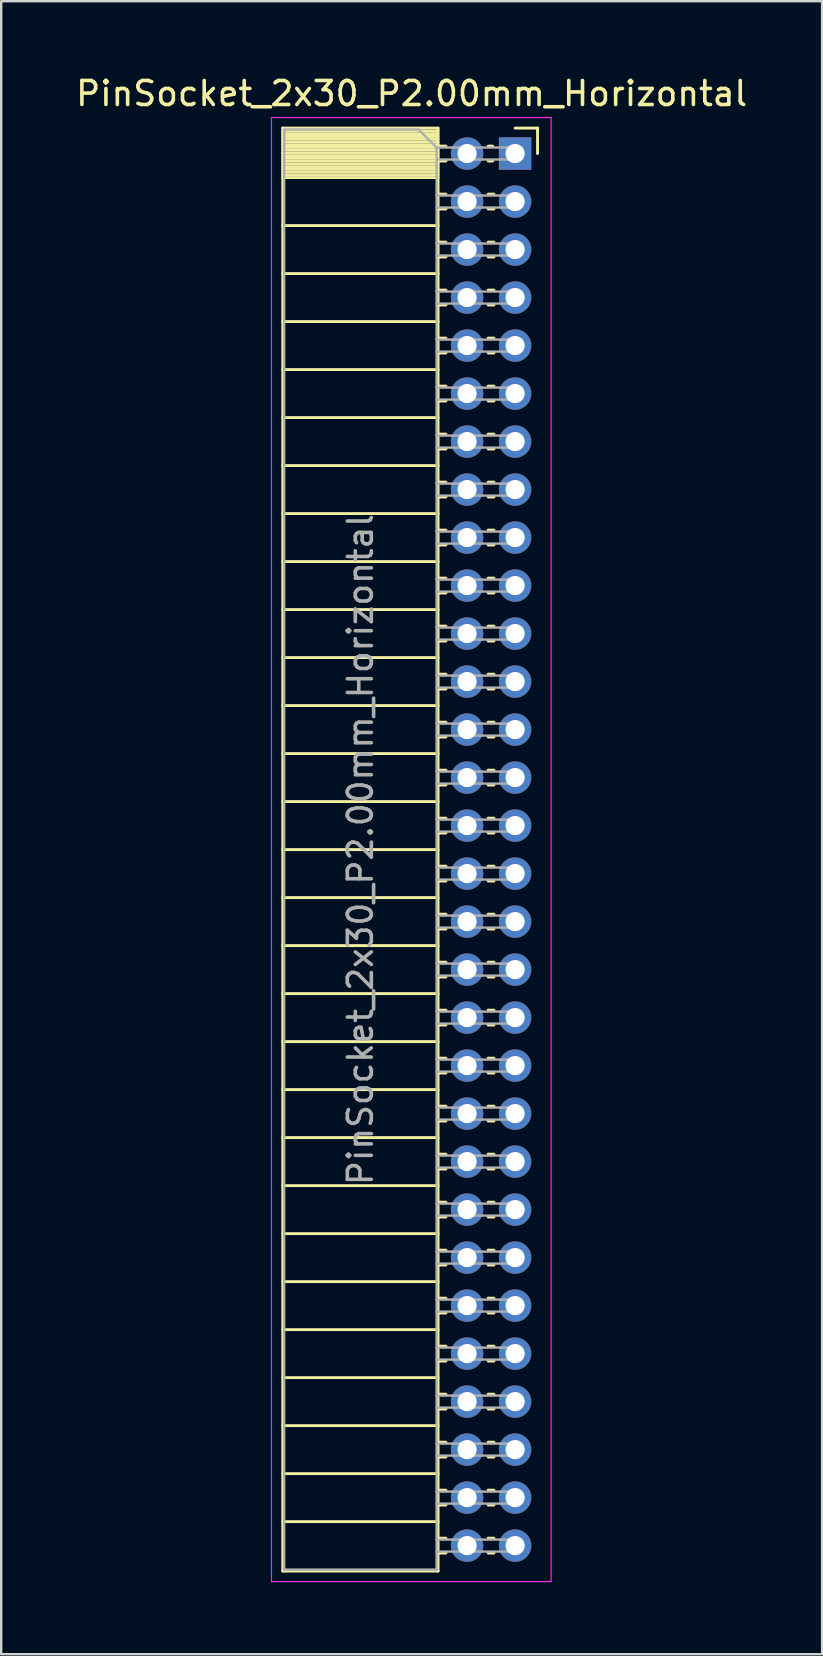
<source format=kicad_pcb>
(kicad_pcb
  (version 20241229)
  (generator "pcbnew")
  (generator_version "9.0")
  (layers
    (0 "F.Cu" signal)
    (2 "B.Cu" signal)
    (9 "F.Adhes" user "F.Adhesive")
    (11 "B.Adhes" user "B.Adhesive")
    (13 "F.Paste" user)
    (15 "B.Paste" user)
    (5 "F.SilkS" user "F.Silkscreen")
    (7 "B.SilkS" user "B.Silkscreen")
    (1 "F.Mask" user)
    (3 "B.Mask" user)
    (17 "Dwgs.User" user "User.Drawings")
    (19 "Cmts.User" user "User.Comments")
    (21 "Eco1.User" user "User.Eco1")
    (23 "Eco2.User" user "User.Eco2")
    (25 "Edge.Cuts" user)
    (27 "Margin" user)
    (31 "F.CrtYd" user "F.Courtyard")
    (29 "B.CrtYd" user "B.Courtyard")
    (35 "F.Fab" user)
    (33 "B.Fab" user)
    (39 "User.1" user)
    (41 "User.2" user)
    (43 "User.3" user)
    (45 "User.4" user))
  (footprint "PinSocket_2x30_P2.00mm_Horizontal"
    (layer "F.Cu")
    (at 18.411 3.348)
    (property "Reference" "PinSocket_2x30_P2.00mm_Horizontal" (at -4.31 -2.5 0) (layer "F.SilkS") (effects (font (size 1 1) (thickness 0.15))))
    (attr through_hole)
    (fp_line (start -9.68 -1.06) (end -9.68 59.06) (stroke (width 0.12) (type solid)) (layer "F.SilkS"))
    (fp_line (start -9.68 -1.06) (end -3.21 -1.06) (stroke (width 0.12) (type solid)) (layer "F.SilkS"))
    (fp_line (start -9.68 -0.94) (end -3.21 -0.94) (stroke (width 0.12) (type solid)) (layer "F.SilkS"))
    (fp_line (start -9.68 -0.826) (end -3.21 -0.826) (stroke (width 0.12) (type solid)) (layer "F.SilkS"))
    (fp_line (start -9.68 -0.712) (end -3.21 -0.712) (stroke (width 0.12) (type solid)) (layer "F.SilkS"))
    (fp_line (start -9.68 -0.598) (end -3.21 -0.598) (stroke (width 0.12) (type solid)) (layer "F.SilkS"))
    (fp_line (start -9.68 -0.484) (end -3.21 -0.484) (stroke (width 0.12) (type solid)) (layer "F.SilkS"))
    (fp_line (start -9.68 -0.369) (end -3.21 -0.369) (stroke (width 0.12) (type solid)) (layer "F.SilkS"))
    (fp_line (start -9.68 -0.255) (end -3.21 -0.255) (stroke (width 0.12) (type solid)) (layer "F.SilkS"))
    (fp_line (start -9.68 -0.141) (end -3.21 -0.141) (stroke (width 0.12) (type solid)) (layer "F.SilkS"))
    (fp_line (start -9.68 -0.027) (end -3.21 -0.027) (stroke (width 0.12) (type solid)) (layer "F.SilkS"))
    (fp_line (start -9.68 0.087) (end -3.21 0.087) (stroke (width 0.12) (type solid)) (layer "F.SilkS"))
    (fp_line (start -9.68 0.201) (end -3.21 0.201) (stroke (width 0.12) (type solid)) (layer "F.SilkS"))
    (fp_line (start -9.68 0.315) (end -3.21 0.315) (stroke (width 0.12) (type solid)) (layer "F.SilkS"))
    (fp_line (start -9.68 0.429) (end -3.21 0.429) (stroke (width 0.12) (type solid)) (layer "F.SilkS"))
    (fp_line (start -9.68 0.544) (end -3.21 0.544) (stroke (width 0.12) (type solid)) (layer "F.SilkS"))
    (fp_line (start -9.68 0.658) (end -3.21 0.658) (stroke (width 0.12) (type solid)) (layer "F.SilkS"))
    (fp_line (start -9.68 0.772) (end -3.21 0.772) (stroke (width 0.12) (type solid)) (layer "F.SilkS"))
    (fp_line (start -9.68 0.886) (end -3.21 0.886) (stroke (width 0.12) (type solid)) (layer "F.SilkS"))
    (fp_line (start -9.68 1) (end -3.21 1) (stroke (width 0.12) (type solid)) (layer "F.SilkS"))
    (fp_line (start -9.68 3) (end -3.21 3) (stroke (width 0.12) (type solid)) (layer "F.SilkS"))
    (fp_line (start -9.68 5) (end -3.21 5) (stroke (width 0.12) (type solid)) (layer "F.SilkS"))
    (fp_line (start -9.68 7) (end -3.21 7) (stroke (width 0.12) (type solid)) (layer "F.SilkS"))
    (fp_line (start -9.68 9) (end -3.21 9) (stroke (width 0.12) (type solid)) (layer "F.SilkS"))
    (fp_line (start -9.68 11) (end -3.21 11) (stroke (width 0.12) (type solid)) (layer "F.SilkS"))
    (fp_line (start -9.68 13) (end -3.21 13) (stroke (width 0.12) (type solid)) (layer "F.SilkS"))
    (fp_line (start -9.68 15) (end -3.21 15) (stroke (width 0.12) (type solid)) (layer "F.SilkS"))
    (fp_line (start -9.68 17) (end -3.21 17) (stroke (width 0.12) (type solid)) (layer "F.SilkS"))
    (fp_line (start -9.68 19) (end -3.21 19) (stroke (width 0.12) (type solid)) (layer "F.SilkS"))
    (fp_line (start -9.68 21) (end -3.21 21) (stroke (width 0.12) (type solid)) (layer "F.SilkS"))
    (fp_line (start -9.68 23) (end -3.21 23) (stroke (width 0.12) (type solid)) (layer "F.SilkS"))
    (fp_line (start -9.68 25) (end -3.21 25) (stroke (width 0.12) (type solid)) (layer "F.SilkS"))
    (fp_line (start -9.68 27) (end -3.21 27) (stroke (width 0.12) (type solid)) (layer "F.SilkS"))
    (fp_line (start -9.68 29) (end -3.21 29) (stroke (width 0.12) (type solid)) (layer "F.SilkS"))
    (fp_line (start -9.68 31) (end -3.21 31) (stroke (width 0.12) (type solid)) (layer "F.SilkS"))
    (fp_line (start -9.68 33) (end -3.21 33) (stroke (width 0.12) (type solid)) (layer "F.SilkS"))
    (fp_line (start -9.68 35) (end -3.21 35) (stroke (width 0.12) (type solid)) (layer "F.SilkS"))
    (fp_line (start -9.68 37) (end -3.21 37) (stroke (width 0.12) (type solid)) (layer "F.SilkS"))
    (fp_line (start -9.68 39) (end -3.21 39) (stroke (width 0.12) (type solid)) (layer "F.SilkS"))
    (fp_line (start -9.68 41) (end -3.21 41) (stroke (width 0.12) (type solid)) (layer "F.SilkS"))
    (fp_line (start -9.68 43) (end -3.21 43) (stroke (width 0.12) (type solid)) (layer "F.SilkS"))
    (fp_line (start -9.68 45) (end -3.21 45) (stroke (width 0.12) (type solid)) (layer "F.SilkS"))
    (fp_line (start -9.68 47) (end -3.21 47) (stroke (width 0.12) (type solid)) (layer "F.SilkS"))
    (fp_line (start -9.68 49) (end -3.21 49) (stroke (width 0.12) (type solid)) (layer "F.SilkS"))
    (fp_line (start -9.68 51) (end -3.21 51) (stroke (width 0.12) (type solid)) (layer "F.SilkS"))
    (fp_line (start -9.68 53) (end -3.21 53) (stroke (width 0.12) (type solid)) (layer "F.SilkS"))
    (fp_line (start -9.68 55) (end -3.21 55) (stroke (width 0.12) (type solid)) (layer "F.SilkS"))
    (fp_line (start -9.68 57) (end -3.21 57) (stroke (width 0.12) (type solid)) (layer "F.SilkS"))
    (fp_line (start -9.68 59.06) (end -3.21 59.06) (stroke (width 0.12) (type solid)) (layer "F.SilkS"))
    (fp_line (start -3.21 -1.06) (end -3.21 59.06) (stroke (width 0.12) (type solid)) (layer "F.SilkS"))
    (fp_line (start -3.21 -0.31) (end -2.882 -0.31) (stroke (width 0.12) (type solid)) (layer "F.SilkS"))
    (fp_line (start -3.21 0.31) (end -2.882 0.31) (stroke (width 0.12) (type solid)) (layer "F.SilkS"))
    (fp_line (start -3.21 1.69) (end -2.882 1.69) (stroke (width 0.12) (type solid)) (layer "F.SilkS"))
    (fp_line (start -3.21 2.31) (end -2.882 2.31) (stroke (width 0.12) (type solid)) (layer "F.SilkS"))
    (fp_line (start -3.21 3.69) (end -2.882 3.69) (stroke (width 0.12) (type solid)) (layer "F.SilkS"))
    (fp_line (start -3.21 4.31) (end -2.882 4.31) (stroke (width 0.12) (type solid)) (layer "F.SilkS"))
    (fp_line (start -3.21 5.69) (end -2.882 5.69) (stroke (width 0.12) (type solid)) (layer "F.SilkS"))
    (fp_line (start -3.21 6.31) (end -2.882 6.31) (stroke (width 0.12) (type solid)) (layer "F.SilkS"))
    (fp_line (start -3.21 7.69) (end -2.882 7.69) (stroke (width 0.12) (type solid)) (layer "F.SilkS"))
    (fp_line (start -3.21 8.31) (end -2.882 8.31) (stroke (width 0.12) (type solid)) (layer "F.SilkS"))
    (fp_line (start -3.21 9.69) (end -2.882 9.69) (stroke (width 0.12) (type solid)) (layer "F.SilkS"))
    (fp_line (start -3.21 10.31) (end -2.882 10.31) (stroke (width 0.12) (type solid)) (layer "F.SilkS"))
    (fp_line (start -3.21 11.69) (end -2.882 11.69) (stroke (width 0.12) (type solid)) (layer "F.SilkS"))
    (fp_line (start -3.21 12.31) (end -2.882 12.31) (stroke (width 0.12) (type solid)) (layer "F.SilkS"))
    (fp_line (start -3.21 13.69) (end -2.882 13.69) (stroke (width 0.12) (type solid)) (layer "F.SilkS"))
    (fp_line (start -3.21 14.31) (end -2.882 14.31) (stroke (width 0.12) (type solid)) (layer "F.SilkS"))
    (fp_line (start -3.21 15.69) (end -2.882 15.69) (stroke (width 0.12) (type solid)) (layer "F.SilkS"))
    (fp_line (start -3.21 16.31) (end -2.882 16.31) (stroke (width 0.12) (type solid)) (layer "F.SilkS"))
    (fp_line (start -3.21 17.69) (end -2.882 17.69) (stroke (width 0.12) (type solid)) (layer "F.SilkS"))
    (fp_line (start -3.21 18.31) (end -2.882 18.31) (stroke (width 0.12) (type solid)) (layer "F.SilkS"))
    (fp_line (start -3.21 19.69) (end -2.882 19.69) (stroke (width 0.12) (type solid)) (layer "F.SilkS"))
    (fp_line (start -3.21 20.31) (end -2.882 20.31) (stroke (width 0.12) (type solid)) (layer "F.SilkS"))
    (fp_line (start -3.21 21.69) (end -2.882 21.69) (stroke (width 0.12) (type solid)) (layer "F.SilkS"))
    (fp_line (start -3.21 22.31) (end -2.882 22.31) (stroke (width 0.12) (type solid)) (layer "F.SilkS"))
    (fp_line (start -3.21 23.69) (end -2.882 23.69) (stroke (width 0.12) (type solid)) (layer "F.SilkS"))
    (fp_line (start -3.21 24.31) (end -2.882 24.31) (stroke (width 0.12) (type solid)) (layer "F.SilkS"))
    (fp_line (start -3.21 25.69) (end -2.882 25.69) (stroke (width 0.12) (type solid)) (layer "F.SilkS"))
    (fp_line (start -3.21 26.31) (end -2.882 26.31) (stroke (width 0.12) (type solid)) (layer "F.SilkS"))
    (fp_line (start -3.21 27.69) (end -2.882 27.69) (stroke (width 0.12) (type solid)) (layer "F.SilkS"))
    (fp_line (start -3.21 28.31) (end -2.882 28.31) (stroke (width 0.12) (type solid)) (layer "F.SilkS"))
    (fp_line (start -3.21 29.69) (end -2.882 29.69) (stroke (width 0.12) (type solid)) (layer "F.SilkS"))
    (fp_line (start -3.21 30.31) (end -2.882 30.31) (stroke (width 0.12) (type solid)) (layer "F.SilkS"))
    (fp_line (start -3.21 31.69) (end -2.882 31.69) (stroke (width 0.12) (type solid)) (layer "F.SilkS"))
    (fp_line (start -3.21 32.31) (end -2.882 32.31) (stroke (width 0.12) (type solid)) (layer "F.SilkS"))
    (fp_line (start -3.21 33.69) (end -2.882 33.69) (stroke (width 0.12) (type solid)) (layer "F.SilkS"))
    (fp_line (start -3.21 34.31) (end -2.882 34.31) (stroke (width 0.12) (type solid)) (layer "F.SilkS"))
    (fp_line (start -3.21 35.69) (end -2.882 35.69) (stroke (width 0.12) (type solid)) (layer "F.SilkS"))
    (fp_line (start -3.21 36.31) (end -2.882 36.31) (stroke (width 0.12) (type solid)) (layer "F.SilkS"))
    (fp_line (start -3.21 37.69) (end -2.882 37.69) (stroke (width 0.12) (type solid)) (layer "F.SilkS"))
    (fp_line (start -3.21 38.31) (end -2.882 38.31) (stroke (width 0.12) (type solid)) (layer "F.SilkS"))
    (fp_line (start -3.21 39.69) (end -2.882 39.69) (stroke (width 0.12) (type solid)) (layer "F.SilkS"))
    (fp_line (start -3.21 40.31) (end -2.882 40.31) (stroke (width 0.12) (type solid)) (layer "F.SilkS"))
    (fp_line (start -3.21 41.69) (end -2.882 41.69) (stroke (width 0.12) (type solid)) (layer "F.SilkS"))
    (fp_line (start -3.21 42.31) (end -2.882 42.31) (stroke (width 0.12) (type solid)) (layer "F.SilkS"))
    (fp_line (start -3.21 43.69) (end -2.882 43.69) (stroke (width 0.12) (type solid)) (layer "F.SilkS"))
    (fp_line (start -3.21 44.31) (end -2.882 44.31) (stroke (width 0.12) (type solid)) (layer "F.SilkS"))
    (fp_line (start -3.21 45.69) (end -2.882 45.69) (stroke (width 0.12) (type solid)) (layer "F.SilkS"))
    (fp_line (start -3.21 46.31) (end -2.882 46.31) (stroke (width 0.12) (type solid)) (layer "F.SilkS"))
    (fp_line (start -3.21 47.69) (end -2.882 47.69) (stroke (width 0.12) (type solid)) (layer "F.SilkS"))
    (fp_line (start -3.21 48.31) (end -2.882 48.31) (stroke (width 0.12) (type solid)) (layer "F.SilkS"))
    (fp_line (start -3.21 49.69) (end -2.882 49.69) (stroke (width 0.12) (type solid)) (layer "F.SilkS"))
    (fp_line (start -3.21 50.31) (end -2.882 50.31) (stroke (width 0.12) (type solid)) (layer "F.SilkS"))
    (fp_line (start -3.21 51.69) (end -2.882 51.69) (stroke (width 0.12) (type solid)) (layer "F.SilkS"))
    (fp_line (start -3.21 52.31) (end -2.882 52.31) (stroke (width 0.12) (type solid)) (layer "F.SilkS"))
    (fp_line (start -3.21 53.69) (end -2.882 53.69) (stroke (width 0.12) (type solid)) (layer "F.SilkS"))
    (fp_line (start -3.21 54.31) (end -2.882 54.31) (stroke (width 0.12) (type solid)) (layer "F.SilkS"))
    (fp_line (start -3.21 55.69) (end -2.882 55.69) (stroke (width 0.12) (type solid)) (layer "F.SilkS"))
    (fp_line (start -3.21 56.31) (end -2.882 56.31) (stroke (width 0.12) (type solid)) (layer "F.SilkS"))
    (fp_line (start -3.21 57.69) (end -2.882 57.69) (stroke (width 0.12) (type solid)) (layer "F.SilkS"))
    (fp_line (start -3.21 58.31) (end -2.882 58.31) (stroke (width 0.12) (type solid)) (layer "F.SilkS"))
    (fp_line (start -1.118 -0.31) (end -0.935 -0.31) (stroke (width 0.12) (type solid)) (layer "F.SilkS"))
    (fp_line (start -1.118 0.31) (end -0.935 0.31) (stroke (width 0.12) (type solid)) (layer "F.SilkS"))
    (fp_line (start -1.118 1.69) (end -0.882 1.69) (stroke (width 0.12) (type solid)) (layer "F.SilkS"))
    (fp_line (start -1.118 2.31) (end -0.882 2.31) (stroke (width 0.12) (type solid)) (layer "F.SilkS"))
    (fp_line (start -1.118 3.69) (end -0.882 3.69) (stroke (width 0.12) (type solid)) (layer "F.SilkS"))
    (fp_line (start -1.118 4.31) (end -0.882 4.31) (stroke (width 0.12) (type solid)) (layer "F.SilkS"))
    (fp_line (start -1.118 5.69) (end -0.882 5.69) (stroke (width 0.12) (type solid)) (layer "F.SilkS"))
    (fp_line (start -1.118 6.31) (end -0.882 6.31) (stroke (width 0.12) (type solid)) (layer "F.SilkS"))
    (fp_line (start -1.118 7.69) (end -0.882 7.69) (stroke (width 0.12) (type solid)) (layer "F.SilkS"))
    (fp_line (start -1.118 8.31) (end -0.882 8.31) (stroke (width 0.12) (type solid)) (layer "F.SilkS"))
    (fp_line (start -1.118 9.69) (end -0.882 9.69) (stroke (width 0.12) (type solid)) (layer "F.SilkS"))
    (fp_line (start -1.118 10.31) (end -0.882 10.31) (stroke (width 0.12) (type solid)) (layer "F.SilkS"))
    (fp_line (start -1.118 11.69) (end -0.882 11.69) (stroke (width 0.12) (type solid)) (layer "F.SilkS"))
    (fp_line (start -1.118 12.31) (end -0.882 12.31) (stroke (width 0.12) (type solid)) (layer "F.SilkS"))
    (fp_line (start -1.118 13.69) (end -0.882 13.69) (stroke (width 0.12) (type solid)) (layer "F.SilkS"))
    (fp_line (start -1.118 14.31) (end -0.882 14.31) (stroke (width 0.12) (type solid)) (layer "F.SilkS"))
    (fp_line (start -1.118 15.69) (end -0.882 15.69) (stroke (width 0.12) (type solid)) (layer "F.SilkS"))
    (fp_line (start -1.118 16.31) (end -0.882 16.31) (stroke (width 0.12) (type solid)) (layer "F.SilkS"))
    (fp_line (start -1.118 17.69) (end -0.882 17.69) (stroke (width 0.12) (type solid)) (layer "F.SilkS"))
    (fp_line (start -1.118 18.31) (end -0.882 18.31) (stroke (width 0.12) (type solid)) (layer "F.SilkS"))
    (fp_line (start -1.118 19.69) (end -0.882 19.69) (stroke (width 0.12) (type solid)) (layer "F.SilkS"))
    (fp_line (start -1.118 20.31) (end -0.882 20.31) (stroke (width 0.12) (type solid)) (layer "F.SilkS"))
    (fp_line (start -1.118 21.69) (end -0.882 21.69) (stroke (width 0.12) (type solid)) (layer "F.SilkS"))
    (fp_line (start -1.118 22.31) (end -0.882 22.31) (stroke (width 0.12) (type solid)) (layer "F.SilkS"))
    (fp_line (start -1.118 23.69) (end -0.882 23.69) (stroke (width 0.12) (type solid)) (layer "F.SilkS"))
    (fp_line (start -1.118 24.31) (end -0.882 24.31) (stroke (width 0.12) (type solid)) (layer "F.SilkS"))
    (fp_line (start -1.118 25.69) (end -0.882 25.69) (stroke (width 0.12) (type solid)) (layer "F.SilkS"))
    (fp_line (start -1.118 26.31) (end -0.882 26.31) (stroke (width 0.12) (type solid)) (layer "F.SilkS"))
    (fp_line (start -1.118 27.69) (end -0.882 27.69) (stroke (width 0.12) (type solid)) (layer "F.SilkS"))
    (fp_line (start -1.118 28.31) (end -0.882 28.31) (stroke (width 0.12) (type solid)) (layer "F.SilkS"))
    (fp_line (start -1.118 29.69) (end -0.882 29.69) (stroke (width 0.12) (type solid)) (layer "F.SilkS"))
    (fp_line (start -1.118 30.31) (end -0.882 30.31) (stroke (width 0.12) (type solid)) (layer "F.SilkS"))
    (fp_line (start -1.118 31.69) (end -0.882 31.69) (stroke (width 0.12) (type solid)) (layer "F.SilkS"))
    (fp_line (start -1.118 32.31) (end -0.882 32.31) (stroke (width 0.12) (type solid)) (layer "F.SilkS"))
    (fp_line (start -1.118 33.69) (end -0.882 33.69) (stroke (width 0.12) (type solid)) (layer "F.SilkS"))
    (fp_line (start -1.118 34.31) (end -0.882 34.31) (stroke (width 0.12) (type solid)) (layer "F.SilkS"))
    (fp_line (start -1.118 35.69) (end -0.882 35.69) (stroke (width 0.12) (type solid)) (layer "F.SilkS"))
    (fp_line (start -1.118 36.31) (end -0.882 36.31) (stroke (width 0.12) (type solid)) (layer "F.SilkS"))
    (fp_line (start -1.118 37.69) (end -0.882 37.69) (stroke (width 0.12) (type solid)) (layer "F.SilkS"))
    (fp_line (start -1.118 38.31) (end -0.882 38.31) (stroke (width 0.12) (type solid)) (layer "F.SilkS"))
    (fp_line (start -1.118 39.69) (end -0.882 39.69) (stroke (width 0.12) (type solid)) (layer "F.SilkS"))
    (fp_line (start -1.118 40.31) (end -0.882 40.31) (stroke (width 0.12) (type solid)) (layer "F.SilkS"))
    (fp_line (start -1.118 41.69) (end -0.882 41.69) (stroke (width 0.12) (type solid)) (layer "F.SilkS"))
    (fp_line (start -1.118 42.31) (end -0.882 42.31) (stroke (width 0.12) (type solid)) (layer "F.SilkS"))
    (fp_line (start -1.118 43.69) (end -0.882 43.69) (stroke (width 0.12) (type solid)) (layer "F.SilkS"))
    (fp_line (start -1.118 44.31) (end -0.882 44.31) (stroke (width 0.12) (type solid)) (layer "F.SilkS"))
    (fp_line (start -1.118 45.69) (end -0.882 45.69) (stroke (width 0.12) (type solid)) (layer "F.SilkS"))
    (fp_line (start -1.118 46.31) (end -0.882 46.31) (stroke (width 0.12) (type solid)) (layer "F.SilkS"))
    (fp_line (start -1.118 47.69) (end -0.882 47.69) (stroke (width 0.12) (type solid)) (layer "F.SilkS"))
    (fp_line (start -1.118 48.31) (end -0.882 48.31) (stroke (width 0.12) (type solid)) (layer "F.SilkS"))
    (fp_line (start -1.118 49.69) (end -0.882 49.69) (stroke (width 0.12) (type solid)) (layer "F.SilkS"))
    (fp_line (start -1.118 50.31) (end -0.882 50.31) (stroke (width 0.12) (type solid)) (layer "F.SilkS"))
    (fp_line (start -1.118 51.69) (end -0.882 51.69) (stroke (width 0.12) (type solid)) (layer "F.SilkS"))
    (fp_line (start -1.118 52.31) (end -0.882 52.31) (stroke (width 0.12) (type solid)) (layer "F.SilkS"))
    (fp_line (start -1.118 53.69) (end -0.882 53.69) (stroke (width 0.12) (type solid)) (layer "F.SilkS"))
    (fp_line (start -1.118 54.31) (end -0.882 54.31) (stroke (width 0.12) (type solid)) (layer "F.SilkS"))
    (fp_line (start -1.118 55.69) (end -0.882 55.69) (stroke (width 0.12) (type solid)) (layer "F.SilkS"))
    (fp_line (start -1.118 56.31) (end -0.882 56.31) (stroke (width 0.12) (type solid)) (layer "F.SilkS"))
    (fp_line (start -1.118 57.69) (end -0.882 57.69) (stroke (width 0.12) (type solid)) (layer "F.SilkS"))
    (fp_line (start -1.118 58.31) (end -0.882 58.31) (stroke (width 0.12) (type solid)) (layer "F.SilkS"))
    (fp_line (start 0 -1.06) (end 0.935 -1.06) (stroke (width 0.12) (type solid)) (layer "F.SilkS"))
    (fp_line (start 0.935 -1.06) (end 0.935 0) (stroke (width 0.12) (type solid)) (layer "F.SilkS"))
    (fp_line (start -10.15 -1.5) (end -10.15 59.5) (stroke (width 0.05) (type solid)) (layer "F.CrtYd"))
    (fp_line (start -10.15 59.5) (end 1.5 59.5) (stroke (width 0.05) (type solid)) (layer "F.CrtYd"))
    (fp_line (start 1.5 -1.5) (end -10.15 -1.5) (stroke (width 0.05) (type solid)) (layer "F.CrtYd"))
    (fp_line (start 1.5 59.5) (end 1.5 -1.5) (stroke (width 0.05) (type solid)) (layer "F.CrtYd"))
    (fp_line (start -9.62 -1) (end -4.02 -1) (stroke (width 0.1) (type solid)) (layer "F.Fab"))
    (fp_line (start -9.62 59) (end -9.62 -1) (stroke (width 0.1) (type solid)) (layer "F.Fab"))
    (fp_line (start -4.02 -1) (end -3.27 -0.25) (stroke (width 0.1) (type solid)) (layer "F.Fab"))
    (fp_line (start -3.27 -0.25) (end -3.27 59) (stroke (width 0.1) (type solid)) (layer "F.Fab"))
    (fp_line (start -3.27 0.25) (end 0 0.25) (stroke (width 0.1) (type solid)) (layer "F.Fab"))
    (fp_line (start -3.27 2.25) (end 0 2.25) (stroke (width 0.1) (type solid)) (layer "F.Fab"))
    (fp_line (start -3.27 4.25) (end 0 4.25) (stroke (width 0.1) (type solid)) (layer "F.Fab"))
    (fp_line (start -3.27 6.25) (end 0 6.25) (stroke (width 0.1) (type solid)) (layer "F.Fab"))
    (fp_line (start -3.27 8.25) (end 0 8.25) (stroke (width 0.1) (type solid)) (layer "F.Fab"))
    (fp_line (start -3.27 10.25) (end 0 10.25) (stroke (width 0.1) (type solid)) (layer "F.Fab"))
    (fp_line (start -3.27 12.25) (end 0 12.25) (stroke (width 0.1) (type solid)) (layer "F.Fab"))
    (fp_line (start -3.27 14.25) (end 0 14.25) (stroke (width 0.1) (type solid)) (layer "F.Fab"))
    (fp_line (start -3.27 16.25) (end 0 16.25) (stroke (width 0.1) (type solid)) (layer "F.Fab"))
    (fp_line (start -3.27 18.25) (end 0 18.25) (stroke (width 0.1) (type solid)) (layer "F.Fab"))
    (fp_line (start -3.27 20.25) (end 0 20.25) (stroke (width 0.1) (type solid)) (layer "F.Fab"))
    (fp_line (start -3.27 22.25) (end 0 22.25) (stroke (width 0.1) (type solid)) (layer "F.Fab"))
    (fp_line (start -3.27 24.25) (end 0 24.25) (stroke (width 0.1) (type solid)) (layer "F.Fab"))
    (fp_line (start -3.27 26.25) (end 0 26.25) (stroke (width 0.1) (type solid)) (layer "F.Fab"))
    (fp_line (start -3.27 28.25) (end 0 28.25) (stroke (width 0.1) (type solid)) (layer "F.Fab"))
    (fp_line (start -3.27 30.25) (end 0 30.25) (stroke (width 0.1) (type solid)) (layer "F.Fab"))
    (fp_line (start -3.27 32.25) (end 0 32.25) (stroke (width 0.1) (type solid)) (layer "F.Fab"))
    (fp_line (start -3.27 34.25) (end 0 34.25) (stroke (width 0.1) (type solid)) (layer "F.Fab"))
    (fp_line (start -3.27 36.25) (end 0 36.25) (stroke (width 0.1) (type solid)) (layer "F.Fab"))
    (fp_line (start -3.27 38.25) (end 0 38.25) (stroke (width 0.1) (type solid)) (layer "F.Fab"))
    (fp_line (start -3.27 40.25) (end 0 40.25) (stroke (width 0.1) (type solid)) (layer "F.Fab"))
    (fp_line (start -3.27 42.25) (end 0 42.25) (stroke (width 0.1) (type solid)) (layer "F.Fab"))
    (fp_line (start -3.27 44.25) (end 0 44.25) (stroke (width 0.1) (type solid)) (layer "F.Fab"))
    (fp_line (start -3.27 46.25) (end 0 46.25) (stroke (width 0.1) (type solid)) (layer "F.Fab"))
    (fp_line (start -3.27 48.25) (end 0 48.25) (stroke (width 0.1) (type solid)) (layer "F.Fab"))
    (fp_line (start -3.27 50.25) (end 0 50.25) (stroke (width 0.1) (type solid)) (layer "F.Fab"))
    (fp_line (start -3.27 52.25) (end 0 52.25) (stroke (width 0.1) (type solid)) (layer "F.Fab"))
    (fp_line (start -3.27 54.25) (end 0 54.25) (stroke (width 0.1) (type solid)) (layer "F.Fab"))
    (fp_line (start -3.27 56.25) (end 0 56.25) (stroke (width 0.1) (type solid)) (layer "F.Fab"))
    (fp_line (start -3.27 58.25) (end 0 58.25) (stroke (width 0.1) (type solid)) (layer "F.Fab"))
    (fp_line (start -3.27 59) (end -9.62 59) (stroke (width 0.1) (type solid)) (layer "F.Fab"))
    (fp_line (start 0 -0.25) (end -3.27 -0.25) (stroke (width 0.1) (type solid)) (layer "F.Fab"))
    (fp_line (start 0 0.25) (end 0 -0.25) (stroke (width 0.1) (type solid)) (layer "F.Fab"))
    (fp_line (start 0 1.75) (end -3.27 1.75) (stroke (width 0.1) (type solid)) (layer "F.Fab"))
    (fp_line (start 0 2.25) (end 0 1.75) (stroke (width 0.1) (type solid)) (layer "F.Fab"))
    (fp_line (start 0 3.75) (end -3.27 3.75) (stroke (width 0.1) (type solid)) (layer "F.Fab"))
    (fp_line (start 0 4.25) (end 0 3.75) (stroke (width 0.1) (type solid)) (layer "F.Fab"))
    (fp_line (start 0 5.75) (end -3.27 5.75) (stroke (width 0.1) (type solid)) (layer "F.Fab"))
    (fp_line (start 0 6.25) (end 0 5.75) (stroke (width 0.1) (type solid)) (layer "F.Fab"))
    (fp_line (start 0 7.75) (end -3.27 7.75) (stroke (width 0.1) (type solid)) (layer "F.Fab"))
    (fp_line (start 0 8.25) (end 0 7.75) (stroke (width 0.1) (type solid)) (layer "F.Fab"))
    (fp_line (start 0 9.75) (end -3.27 9.75) (stroke (width 0.1) (type solid)) (layer "F.Fab"))
    (fp_line (start 0 10.25) (end 0 9.75) (stroke (width 0.1) (type solid)) (layer "F.Fab"))
    (fp_line (start 0 11.75) (end -3.27 11.75) (stroke (width 0.1) (type solid)) (layer "F.Fab"))
    (fp_line (start 0 12.25) (end 0 11.75) (stroke (width 0.1) (type solid)) (layer "F.Fab"))
    (fp_line (start 0 13.75) (end -3.27 13.75) (stroke (width 0.1) (type solid)) (layer "F.Fab"))
    (fp_line (start 0 14.25) (end 0 13.75) (stroke (width 0.1) (type solid)) (layer "F.Fab"))
    (fp_line (start 0 15.75) (end -3.27 15.75) (stroke (width 0.1) (type solid)) (layer "F.Fab"))
    (fp_line (start 0 16.25) (end 0 15.75) (stroke (width 0.1) (type solid)) (layer "F.Fab"))
    (fp_line (start 0 17.75) (end -3.27 17.75) (stroke (width 0.1) (type solid)) (layer "F.Fab"))
    (fp_line (start 0 18.25) (end 0 17.75) (stroke (width 0.1) (type solid)) (layer "F.Fab"))
    (fp_line (start 0 19.75) (end -3.27 19.75) (stroke (width 0.1) (type solid)) (layer "F.Fab"))
    (fp_line (start 0 20.25) (end 0 19.75) (stroke (width 0.1) (type solid)) (layer "F.Fab"))
    (fp_line (start 0 21.75) (end -3.27 21.75) (stroke (width 0.1) (type solid)) (layer "F.Fab"))
    (fp_line (start 0 22.25) (end 0 21.75) (stroke (width 0.1) (type solid)) (layer "F.Fab"))
    (fp_line (start 0 23.75) (end -3.27 23.75) (stroke (width 0.1) (type solid)) (layer "F.Fab"))
    (fp_line (start 0 24.25) (end 0 23.75) (stroke (width 0.1) (type solid)) (layer "F.Fab"))
    (fp_line (start 0 25.75) (end -3.27 25.75) (stroke (width 0.1) (type solid)) (layer "F.Fab"))
    (fp_line (start 0 26.25) (end 0 25.75) (stroke (width 0.1) (type solid)) (layer "F.Fab"))
    (fp_line (start 0 27.75) (end -3.27 27.75) (stroke (width 0.1) (type solid)) (layer "F.Fab"))
    (fp_line (start 0 28.25) (end 0 27.75) (stroke (width 0.1) (type solid)) (layer "F.Fab"))
    (fp_line (start 0 29.75) (end -3.27 29.75) (stroke (width 0.1) (type solid)) (layer "F.Fab"))
    (fp_line (start 0 30.25) (end 0 29.75) (stroke (width 0.1) (type solid)) (layer "F.Fab"))
    (fp_line (start 0 31.75) (end -3.27 31.75) (stroke (width 0.1) (type solid)) (layer "F.Fab"))
    (fp_line (start 0 32.25) (end 0 31.75) (stroke (width 0.1) (type solid)) (layer "F.Fab"))
    (fp_line (start 0 33.75) (end -3.27 33.75) (stroke (width 0.1) (type solid)) (layer "F.Fab"))
    (fp_line (start 0 34.25) (end 0 33.75) (stroke (width 0.1) (type solid)) (layer "F.Fab"))
    (fp_line (start 0 35.75) (end -3.27 35.75) (stroke (width 0.1) (type solid)) (layer "F.Fab"))
    (fp_line (start 0 36.25) (end 0 35.75) (stroke (width 0.1) (type solid)) (layer "F.Fab"))
    (fp_line (start 0 37.75) (end -3.27 37.75) (stroke (width 0.1) (type solid)) (layer "F.Fab"))
    (fp_line (start 0 38.25) (end 0 37.75) (stroke (width 0.1) (type solid)) (layer "F.Fab"))
    (fp_line (start 0 39.75) (end -3.27 39.75) (stroke (width 0.1) (type solid)) (layer "F.Fab"))
    (fp_line (start 0 40.25) (end 0 39.75) (stroke (width 0.1) (type solid)) (layer "F.Fab"))
    (fp_line (start 0 41.75) (end -3.27 41.75) (stroke (width 0.1) (type solid)) (layer "F.Fab"))
    (fp_line (start 0 42.25) (end 0 41.75) (stroke (width 0.1) (type solid)) (layer "F.Fab"))
    (fp_line (start 0 43.75) (end -3.27 43.75) (stroke (width 0.1) (type solid)) (layer "F.Fab"))
    (fp_line (start 0 44.25) (end 0 43.75) (stroke (width 0.1) (type solid)) (layer "F.Fab"))
    (fp_line (start 0 45.75) (end -3.27 45.75) (stroke (width 0.1) (type solid)) (layer "F.Fab"))
    (fp_line (start 0 46.25) (end 0 45.75) (stroke (width 0.1) (type solid)) (layer "F.Fab"))
    (fp_line (start 0 47.75) (end -3.27 47.75) (stroke (width 0.1) (type solid)) (layer "F.Fab"))
    (fp_line (start 0 48.25) (end 0 47.75) (stroke (width 0.1) (type solid)) (layer "F.Fab"))
    (fp_line (start 0 49.75) (end -3.27 49.75) (stroke (width 0.1) (type solid)) (layer "F.Fab"))
    (fp_line (start 0 50.25) (end 0 49.75) (stroke (width 0.1) (type solid)) (layer "F.Fab"))
    (fp_line (start 0 51.75) (end -3.27 51.75) (stroke (width 0.1) (type solid)) (layer "F.Fab"))
    (fp_line (start 0 52.25) (end 0 51.75) (stroke (width 0.1) (type solid)) (layer "F.Fab"))
    (fp_line (start 0 53.75) (end -3.27 53.75) (stroke (width 0.1) (type solid)) (layer "F.Fab"))
    (fp_line (start 0 54.25) (end 0 53.75) (stroke (width 0.1) (type solid)) (layer "F.Fab"))
    (fp_line (start 0 55.75) (end -3.27 55.75) (stroke (width 0.1) (type solid)) (layer "F.Fab"))
    (fp_line (start 0 56.25) (end 0 55.75) (stroke (width 0.1) (type solid)) (layer "F.Fab"))
    (fp_line (start 0 57.75) (end -3.27 57.75) (stroke (width 0.1) (type solid)) (layer "F.Fab"))
    (fp_line (start 0 58.25) (end 0 57.75) (stroke (width 0.1) (type solid)) (layer "F.Fab"))
    (fp_text user "${REFERENCE}" (at -6.445 29 90) (layer "F.Fab") (effects (font (size 1 1) (thickness 0.15))))
    (pad "1" thru_hole rect (at 0 0) (size 1.35 1.35) (drill 0.8) (layers "*.Cu" "*.Mask"))
    (pad "2" thru_hole oval (at -2 0) (size 1.35 1.35) (drill 0.8) (layers "*.Cu" "*.Mask"))
    (pad "3" thru_hole oval (at 0 2) (size 1.35 1.35) (drill 0.8) (layers "*.Cu" "*.Mask"))
    (pad "4" thru_hole oval (at -2 2) (size 1.35 1.35) (drill 0.8) (layers "*.Cu" "*.Mask"))
    (pad "5" thru_hole oval (at 0 4) (size 1.35 1.35) (drill 0.8) (layers "*.Cu" "*.Mask"))
    (pad "6" thru_hole oval (at -2 4) (size 1.35 1.35) (drill 0.8) (layers "*.Cu" "*.Mask"))
    (pad "7" thru_hole oval (at 0 6) (size 1.35 1.35) (drill 0.8) (layers "*.Cu" "*.Mask"))
    (pad "8" thru_hole oval (at -2 6) (size 1.35 1.35) (drill 0.8) (layers "*.Cu" "*.Mask"))
    (pad "9" thru_hole oval (at 0 8) (size 1.35 1.35) (drill 0.8) (layers "*.Cu" "*.Mask"))
    (pad "10" thru_hole oval (at -2 8) (size 1.35 1.35) (drill 0.8) (layers "*.Cu" "*.Mask"))
    (pad "11" thru_hole oval (at 0 10) (size 1.35 1.35) (drill 0.8) (layers "*.Cu" "*.Mask"))
    (pad "12" thru_hole oval (at -2 10) (size 1.35 1.35) (drill 0.8) (layers "*.Cu" "*.Mask"))
    (pad "13" thru_hole oval (at 0 12) (size 1.35 1.35) (drill 0.8) (layers "*.Cu" "*.Mask"))
    (pad "14" thru_hole oval (at -2 12) (size 1.35 1.35) (drill 0.8) (layers "*.Cu" "*.Mask"))
    (pad "15" thru_hole oval (at 0 14) (size 1.35 1.35) (drill 0.8) (layers "*.Cu" "*.Mask"))
    (pad "16" thru_hole oval (at -2 14) (size 1.35 1.35) (drill 0.8) (layers "*.Cu" "*.Mask"))
    (pad "17" thru_hole oval (at 0 16) (size 1.35 1.35) (drill 0.8) (layers "*.Cu" "*.Mask"))
    (pad "18" thru_hole oval (at -2 16) (size 1.35 1.35) (drill 0.8) (layers "*.Cu" "*.Mask"))
    (pad "19" thru_hole oval (at 0 18) (size 1.35 1.35) (drill 0.8) (layers "*.Cu" "*.Mask"))
    (pad "20" thru_hole oval (at -2 18) (size 1.35 1.35) (drill 0.8) (layers "*.Cu" "*.Mask"))
    (pad "21" thru_hole oval (at 0 20) (size 1.35 1.35) (drill 0.8) (layers "*.Cu" "*.Mask"))
    (pad "22" thru_hole oval (at -2 20) (size 1.35 1.35) (drill 0.8) (layers "*.Cu" "*.Mask"))
    (pad "23" thru_hole oval (at 0 22) (size 1.35 1.35) (drill 0.8) (layers "*.Cu" "*.Mask"))
    (pad "24" thru_hole oval (at -2 22) (size 1.35 1.35) (drill 0.8) (layers "*.Cu" "*.Mask"))
    (pad "25" thru_hole oval (at 0 24) (size 1.35 1.35) (drill 0.8) (layers "*.Cu" "*.Mask"))
    (pad "26" thru_hole oval (at -2 24) (size 1.35 1.35) (drill 0.8) (layers "*.Cu" "*.Mask"))
    (pad "27" thru_hole oval (at 0 26) (size 1.35 1.35) (drill 0.8) (layers "*.Cu" "*.Mask"))
    (pad "28" thru_hole oval (at -2 26) (size 1.35 1.35) (drill 0.8) (layers "*.Cu" "*.Mask"))
    (pad "29" thru_hole oval (at 0 28) (size 1.35 1.35) (drill 0.8) (layers "*.Cu" "*.Mask"))
    (pad "30" thru_hole oval (at -2 28) (size 1.35 1.35) (drill 0.8) (layers "*.Cu" "*.Mask"))
    (pad "31" thru_hole oval (at 0 30) (size 1.35 1.35) (drill 0.8) (layers "*.Cu" "*.Mask"))
    (pad "32" thru_hole oval (at -2 30) (size 1.35 1.35) (drill 0.8) (layers "*.Cu" "*.Mask"))
    (pad "33" thru_hole oval (at 0 32) (size 1.35 1.35) (drill 0.8) (layers "*.Cu" "*.Mask"))
    (pad "34" thru_hole oval (at -2 32) (size 1.35 1.35) (drill 0.8) (layers "*.Cu" "*.Mask"))
    (pad "35" thru_hole oval (at 0 34) (size 1.35 1.35) (drill 0.8) (layers "*.Cu" "*.Mask"))
    (pad "36" thru_hole oval (at -2 34) (size 1.35 1.35) (drill 0.8) (layers "*.Cu" "*.Mask"))
    (pad "37" thru_hole oval (at 0 36) (size 1.35 1.35) (drill 0.8) (layers "*.Cu" "*.Mask"))
    (pad "38" thru_hole oval (at -2 36) (size 1.35 1.35) (drill 0.8) (layers "*.Cu" "*.Mask"))
    (pad "39" thru_hole oval (at 0 38) (size 1.35 1.35) (drill 0.8) (layers "*.Cu" "*.Mask"))
    (pad "40" thru_hole oval (at -2 38) (size 1.35 1.35) (drill 0.8) (layers "*.Cu" "*.Mask"))
    (pad "41" thru_hole oval (at 0 40) (size 1.35 1.35) (drill 0.8) (layers "*.Cu" "*.Mask"))
    (pad "42" thru_hole oval (at -2 40) (size 1.35 1.35) (drill 0.8) (layers "*.Cu" "*.Mask"))
    (pad "43" thru_hole oval (at 0 42) (size 1.35 1.35) (drill 0.8) (layers "*.Cu" "*.Mask"))
    (pad "44" thru_hole oval (at -2 42) (size 1.35 1.35) (drill 0.8) (layers "*.Cu" "*.Mask"))
    (pad "45" thru_hole oval (at 0 44) (size 1.35 1.35) (drill 0.8) (layers "*.Cu" "*.Mask"))
    (pad "46" thru_hole oval (at -2 44) (size 1.35 1.35) (drill 0.8) (layers "*.Cu" "*.Mask"))
    (pad "47" thru_hole oval (at 0 46) (size 1.35 1.35) (drill 0.8) (layers "*.Cu" "*.Mask"))
    (pad "48" thru_hole oval (at -2 46) (size 1.35 1.35) (drill 0.8) (layers "*.Cu" "*.Mask"))
    (pad "49" thru_hole oval (at 0 48) (size 1.35 1.35) (drill 0.8) (layers "*.Cu" "*.Mask"))
    (pad "50" thru_hole oval (at -2 48) (size 1.35 1.35) (drill 0.8) (layers "*.Cu" "*.Mask"))
    (pad "51" thru_hole oval (at 0 50) (size 1.35 1.35) (drill 0.8) (layers "*.Cu" "*.Mask"))
    (pad "52" thru_hole oval (at -2 50) (size 1.35 1.35) (drill 0.8) (layers "*.Cu" "*.Mask"))
    (pad "53" thru_hole oval (at 0 52) (size 1.35 1.35) (drill 0.8) (layers "*.Cu" "*.Mask"))
    (pad "54" thru_hole oval (at -2 52) (size 1.35 1.35) (drill 0.8) (layers "*.Cu" "*.Mask"))
    (pad "55" thru_hole oval (at 0 54) (size 1.35 1.35) (drill 0.8) (layers "*.Cu" "*.Mask"))
    (pad "56" thru_hole oval (at -2 54) (size 1.35 1.35) (drill 0.8) (layers "*.Cu" "*.Mask"))
    (pad "57" thru_hole oval (at 0 56) (size 1.35 1.35) (drill 0.8) (layers "*.Cu" "*.Mask"))
    (pad "58" thru_hole oval (at -2 56) (size 1.35 1.35) (drill 0.8) (layers "*.Cu" "*.Mask"))
    (pad "59" thru_hole oval (at 0 58) (size 1.35 1.35) (drill 0.8) (layers "*.Cu" "*.Mask"))
    (pad "60" thru_hole oval (at -2 58) (size 1.35 1.35) (drill 0.8) (layers "*.Cu" "*.Mask")))
  (gr_rect
    (start -3 -3)
    (end 31.202 65.873)
    (stroke (width 0.1) (type default))
    (fill no)
    (layer "Edge.Cuts")))
</source>
